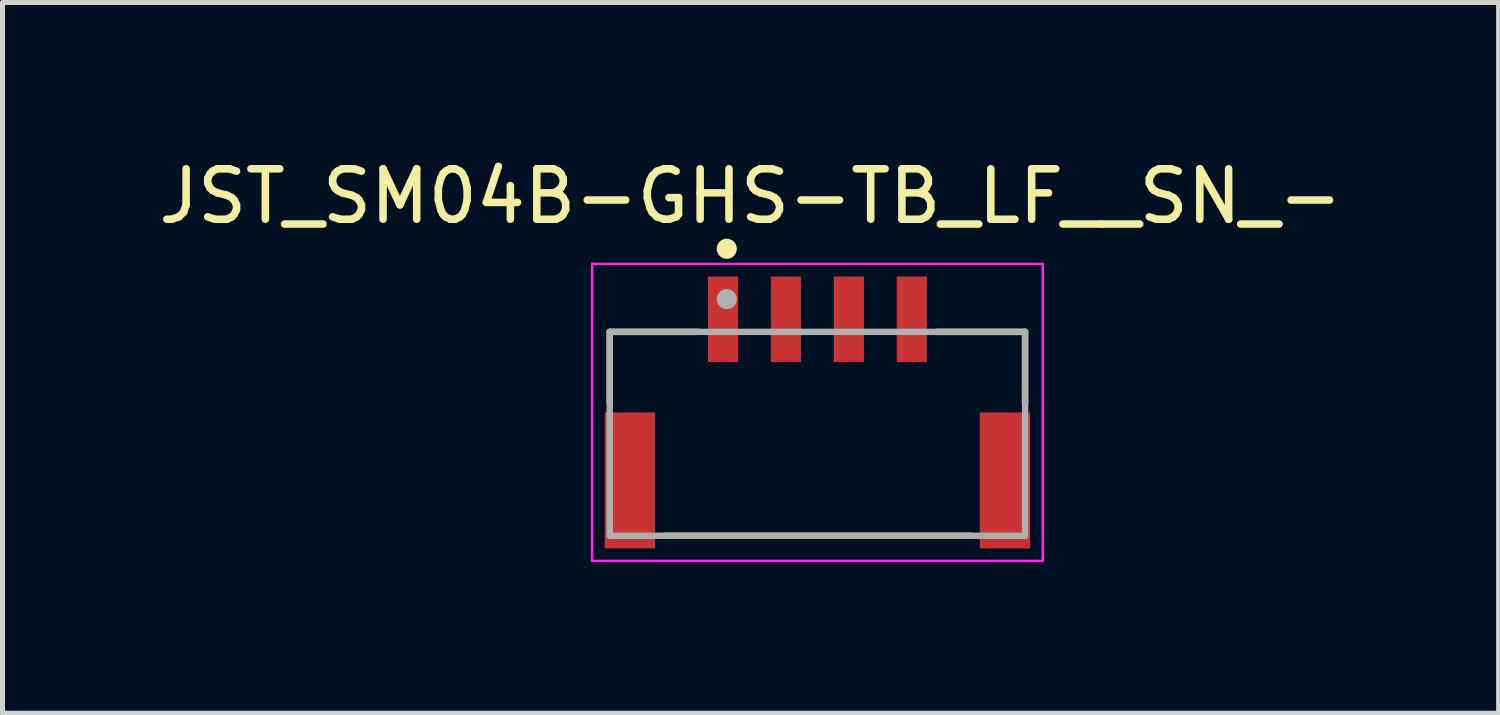
<source format=kicad_pcb>
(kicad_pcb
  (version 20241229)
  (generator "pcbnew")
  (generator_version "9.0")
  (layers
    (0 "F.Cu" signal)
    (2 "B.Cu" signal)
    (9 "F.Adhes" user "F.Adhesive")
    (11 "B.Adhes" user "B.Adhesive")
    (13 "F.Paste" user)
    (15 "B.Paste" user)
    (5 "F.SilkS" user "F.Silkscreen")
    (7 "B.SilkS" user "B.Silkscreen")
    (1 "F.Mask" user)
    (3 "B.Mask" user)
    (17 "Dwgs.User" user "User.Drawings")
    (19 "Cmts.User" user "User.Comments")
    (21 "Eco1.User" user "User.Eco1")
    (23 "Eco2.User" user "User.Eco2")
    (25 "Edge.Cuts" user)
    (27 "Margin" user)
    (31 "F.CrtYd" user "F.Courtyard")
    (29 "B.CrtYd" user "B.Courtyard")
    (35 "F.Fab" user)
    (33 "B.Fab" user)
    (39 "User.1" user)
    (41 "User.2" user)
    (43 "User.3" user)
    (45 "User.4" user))
  (footprint "JST_SM04B-GHS-TB_LF__SN_-"
    (layer "F.Cu")
    (at 13.186 5.567)
    (property "Reference" "JST_SM04B-GHS-TB_LF__SN_-" (at -1.327 -4.718 0) (layer "F.SilkS") (effects (font (size 1.002 1.002) (thickness 0.15))))
    (attr smd)
    (fp_line (start -4.125 -2.025) (end -2.36 -2.025) (stroke (width 0.127) (type solid)) (layer "F.SilkS"))
    (fp_line (start -4.125 -0.605) (end -4.125 -2.025) (stroke (width 0.127) (type solid)) (layer "F.SilkS"))
    (fp_line (start -3.04 2.025) (end 3.05 2.025) (stroke (width 0.127) (type solid)) (layer "F.SilkS"))
    (fp_line (start 4.125 -2.025) (end 2.36 -2.025) (stroke (width 0.127) (type solid)) (layer "F.SilkS"))
    (fp_line (start 4.125 -0.595) (end 4.125 -2.025) (stroke (width 0.127) (type solid)) (layer "F.SilkS"))
    (fp_circle (center -1.8 -3.675) (end -1.7 -3.675) (stroke (width 0.2) (type solid)) (fill no) (layer "F.SilkS"))
    (fp_line (start -4.475 -3.375) (end 4.475 -3.375) (stroke (width 0.05) (type solid)) (layer "F.CrtYd"))
    (fp_line (start -4.475 2.525) (end -4.475 -3.375) (stroke (width 0.05) (type solid)) (layer "F.CrtYd"))
    (fp_line (start 4.475 -3.375) (end 4.475 2.525) (stroke (width 0.05) (type solid)) (layer "F.CrtYd"))
    (fp_line (start 4.475 2.525) (end -4.475 2.525) (stroke (width 0.05) (type solid)) (layer "F.CrtYd"))
    (fp_line (start -4.125 -2.025) (end 4.125 -2.025) (stroke (width 0.127) (type solid)) (layer "F.Fab"))
    (fp_line (start -4.125 2.025) (end -4.125 -2.025) (stroke (width 0.127) (type solid)) (layer "F.Fab"))
    (fp_line (start 4.125 -2.025) (end 4.125 2.025) (stroke (width 0.127) (type solid)) (layer "F.Fab"))
    (fp_line (start 4.125 2.025) (end -4.125 2.025) (stroke (width 0.127) (type solid)) (layer "F.Fab"))
    (fp_circle (center -1.8 -2.675) (end -1.7 -2.675) (stroke (width 0.2) (type solid)) (fill no) (layer "F.Fab"))
    (pad "1" smd rect (at -1.875 -2.275) (size 0.6 1.7) (layers "F.Cu" "F.Mask" "F.Paste"))
    (pad "2" smd rect (at -0.625 -2.275) (size 0.6 1.7) (layers "F.Cu" "F.Mask" "F.Paste"))
    (pad "3" smd rect (at 0.625 -2.275) (size 0.6 1.7) (layers "F.Cu" "F.Mask" "F.Paste"))
    (pad "4" smd rect (at 1.875 -2.275) (size 0.6 1.7) (layers "F.Cu" "F.Mask" "F.Paste"))
    (pad "SH1" smd rect (at -3.725 0.925) (size 1 2.7) (layers "F.Cu" "F.Mask" "F.Paste"))
    (pad "SH2" smd rect (at 3.725 0.925) (size 1 2.7) (layers "F.Cu" "F.Mask" "F.Paste")))
  (gr_rect
    (start -3 -3)
    (end 26.717 11.117)
    (stroke (width 0.1) (type default))
    (fill no)
    (layer "Edge.Cuts")))
</source>
